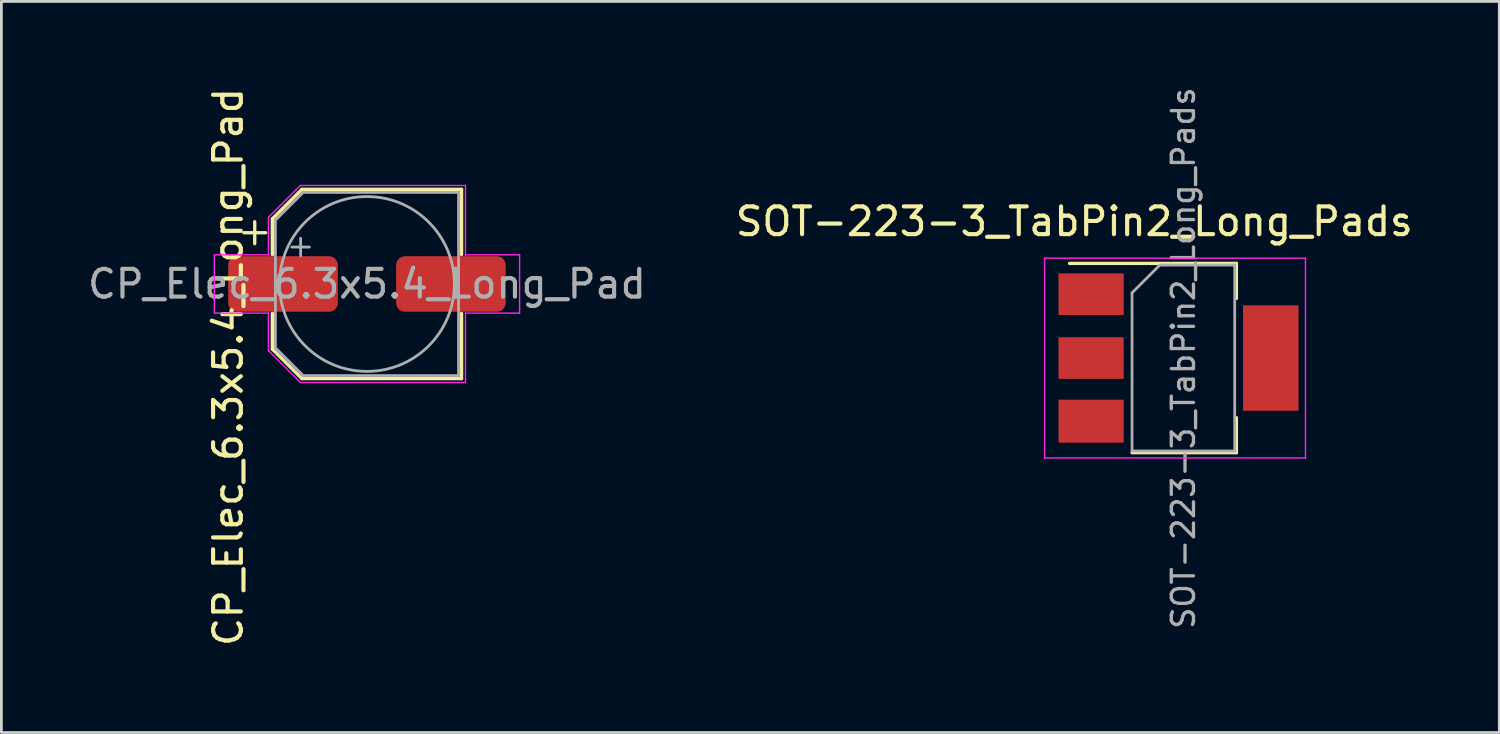
<source format=kicad_pcb>
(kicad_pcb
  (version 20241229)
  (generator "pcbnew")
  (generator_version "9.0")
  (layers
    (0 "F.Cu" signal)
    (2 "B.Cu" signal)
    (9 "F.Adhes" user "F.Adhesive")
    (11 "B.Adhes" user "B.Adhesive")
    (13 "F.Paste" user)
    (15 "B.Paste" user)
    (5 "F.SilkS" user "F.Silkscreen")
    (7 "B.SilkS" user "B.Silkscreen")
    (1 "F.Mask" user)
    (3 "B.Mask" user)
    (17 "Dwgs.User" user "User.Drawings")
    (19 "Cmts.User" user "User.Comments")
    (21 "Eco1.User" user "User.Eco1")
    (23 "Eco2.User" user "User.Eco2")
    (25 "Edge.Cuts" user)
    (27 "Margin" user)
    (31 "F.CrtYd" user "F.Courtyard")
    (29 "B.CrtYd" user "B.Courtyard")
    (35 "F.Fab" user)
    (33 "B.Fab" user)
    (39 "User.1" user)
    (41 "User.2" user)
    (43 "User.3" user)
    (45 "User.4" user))
  (footprint "CP_Elec_6.3x5.4_Long_Pad"
    (layer "F.Cu")
    (at 10.173 7.183)
    (property "Reference" "CP_Elec_6.3x5.4_Long_Pad" (at -5 2.99 90) (layer "F.SilkS") (effects (font (size 1 1) (thickness 0.15))))
    (attr smd)
    (fp_line (start -4.438 -1.847) (end -3.65 -1.847) (stroke (width 0.12) (type solid)) (layer "F.SilkS"))
    (fp_line (start -4.044 -2.241) (end -4.044 -1.454) (stroke (width 0.12) (type solid)) (layer "F.SilkS"))
    (fp_line (start -3.41 -2.346) (end -3.41 -1.06) (stroke (width 0.12) (type solid)) (layer "F.SilkS"))
    (fp_line (start -3.41 -2.346) (end -2.346 -3.41) (stroke (width 0.12) (type solid)) (layer "F.SilkS"))
    (fp_line (start -3.41 2.346) (end -3.41 1.06) (stroke (width 0.12) (type solid)) (layer "F.SilkS"))
    (fp_line (start -3.41 2.346) (end -2.346 3.41) (stroke (width 0.12) (type solid)) (layer "F.SilkS"))
    (fp_line (start -2.346 -3.41) (end 3.41 -3.41) (stroke (width 0.12) (type solid)) (layer "F.SilkS"))
    (fp_line (start -2.346 3.41) (end 3.41 3.41) (stroke (width 0.12) (type solid)) (layer "F.SilkS"))
    (fp_line (start 3.41 -3.41) (end 3.41 -1.06) (stroke (width 0.12) (type solid)) (layer "F.SilkS"))
    (fp_line (start 3.41 3.41) (end 3.41 1.06) (stroke (width 0.12) (type solid)) (layer "F.SilkS"))
    (fp_line (start -5.5 -1.05) (end -5.5 1.05) (stroke (width 0.05) (type solid)) (layer "F.CrtYd"))
    (fp_line (start -5.5 1.05) (end -3.55 1.05) (stroke (width 0.05) (type solid)) (layer "F.CrtYd"))
    (fp_line (start -3.55 -2.4) (end -3.55 -1.05) (stroke (width 0.05) (type solid)) (layer "F.CrtYd"))
    (fp_line (start -3.55 -2.4) (end -2.4 -3.55) (stroke (width 0.05) (type solid)) (layer "F.CrtYd"))
    (fp_line (start -3.55 -1.05) (end -5.5 -1.05) (stroke (width 0.05) (type solid)) (layer "F.CrtYd"))
    (fp_line (start -3.55 1.05) (end -3.55 2.4) (stroke (width 0.05) (type solid)) (layer "F.CrtYd"))
    (fp_line (start -3.55 2.4) (end -2.4 3.55) (stroke (width 0.05) (type solid)) (layer "F.CrtYd"))
    (fp_line (start -2.4 -3.55) (end 3.55 -3.55) (stroke (width 0.05) (type solid)) (layer "F.CrtYd"))
    (fp_line (start -2.4 3.55) (end 3.55 3.55) (stroke (width 0.05) (type solid)) (layer "F.CrtYd"))
    (fp_line (start 3.55 -3.55) (end 3.55 -1.05) (stroke (width 0.05) (type solid)) (layer "F.CrtYd"))
    (fp_line (start 3.55 -1.05) (end 5.5 -1.05) (stroke (width 0.05) (type solid)) (layer "F.CrtYd"))
    (fp_line (start 3.55 1.05) (end 3.55 3.55) (stroke (width 0.05) (type solid)) (layer "F.CrtYd"))
    (fp_line (start 5.5 -1.05) (end 5.5 1.05) (stroke (width 0.05) (type solid)) (layer "F.CrtYd"))
    (fp_line (start 5.5 1.05) (end 3.55 1.05) (stroke (width 0.05) (type solid)) (layer "F.CrtYd"))
    (fp_line (start -3.3 -2.3) (end -3.3 2.3) (stroke (width 0.1) (type solid)) (layer "F.Fab"))
    (fp_line (start -3.3 -2.3) (end -2.3 -3.3) (stroke (width 0.1) (type solid)) (layer "F.Fab"))
    (fp_line (start -3.3 2.3) (end -2.3 3.3) (stroke (width 0.1) (type solid)) (layer "F.Fab"))
    (fp_line (start -2.705 -1.33) (end -2.075 -1.33) (stroke (width 0.1) (type solid)) (layer "F.Fab"))
    (fp_line (start -2.39 -1.645) (end -2.39 -1.015) (stroke (width 0.1) (type solid)) (layer "F.Fab"))
    (fp_line (start -2.3 -3.3) (end 3.3 -3.3) (stroke (width 0.1) (type solid)) (layer "F.Fab"))
    (fp_line (start -2.3 3.3) (end 3.3 3.3) (stroke (width 0.1) (type solid)) (layer "F.Fab"))
    (fp_line (start 3.3 -3.3) (end 3.3 3.3) (stroke (width 0.1) (type solid)) (layer "F.Fab"))
    (fp_circle (center 0 0) (end 3.15 0) (stroke (width 0.1) (type solid)) (fill no) (layer "F.Fab"))
    (fp_text user "${REFERENCE}" (at 0 0 180) (layer "F.Fab") (effects (font (size 1 1) (thickness 0.15))))
    (pad "1" smd roundrect (at -3.025 0) (size 3.95 2) (layers "F.Cu" "F.Mask" "F.Paste") (roundrect_rratio 0.156))
    (pad "2" smd roundrect (at 3.025 0) (size 3.95 2) (layers "F.Cu" "F.Mask" "F.Paste") (roundrect_rratio 0.156)))
  (footprint "SOT-223-3_TabPin2_Long_Pads"
    (layer "F.Cu")
    (at 39.592 9.852)
    (property "Reference" "SOT-223-3_TabPin2_Long_Pads" (at -3.931 -4.92 180) (layer "F.SilkS") (effects (font (size 1 1) (thickness 0.15))))
    (attr smd)
    (fp_line (start -4.1 -3.41) (end 1.91 -3.41) (stroke (width 0.12) (type solid)) (layer "F.SilkS"))
    (fp_line (start -1.85 3.41) (end 1.91 3.41) (stroke (width 0.12) (type solid)) (layer "F.SilkS"))
    (fp_line (start 1.91 -3.41) (end 1.91 -2.15) (stroke (width 0.12) (type solid)) (layer "F.SilkS"))
    (fp_line (start 1.91 3.41) (end 1.91 2.15) (stroke (width 0.12) (type solid)) (layer "F.SilkS"))
    (fp_line (start -5 -3.6) (end -5 3.6) (stroke (width 0.05) (type solid)) (layer "F.CrtYd"))
    (fp_line (start -5 3.6) (end 4.4 3.6) (stroke (width 0.05) (type solid)) (layer "F.CrtYd"))
    (fp_line (start 4.4 -3.6) (end -5 -3.6) (stroke (width 0.05) (type solid)) (layer "F.CrtYd"))
    (fp_line (start 4.4 3.6) (end 4.4 -3.6) (stroke (width 0.05) (type solid)) (layer "F.CrtYd"))
    (fp_line (start -1.85 -2.35) (end -1.85 3.35) (stroke (width 0.1) (type solid)) (layer "F.Fab"))
    (fp_line (start -1.85 -2.35) (end -0.85 -3.35) (stroke (width 0.1) (type solid)) (layer "F.Fab"))
    (fp_line (start -1.85 3.35) (end 1.85 3.35) (stroke (width 0.1) (type solid)) (layer "F.Fab"))
    (fp_line (start -0.85 -3.35) (end 1.85 -3.35) (stroke (width 0.1) (type solid)) (layer "F.Fab"))
    (fp_line (start 1.85 -3.35) (end 1.85 3.35) (stroke (width 0.1) (type solid)) (layer "F.Fab"))
    (fp_text user "${REFERENCE}" (at 0 0 90) (layer "F.Fab") (effects (font (size 0.8 0.8) (thickness 0.12))))
    (pad "1" smd rect (at -3.325 -2.3) (size 2.35 1.5) (layers "F.Cu" "F.Mask" "F.Paste"))
    (pad "2" smd rect (at -3.325 0) (size 2.35 1.5) (layers "F.Cu" "F.Mask" "F.Paste"))
    (pad "2" smd rect (at 3.15 0) (size 2 3.8) (layers "F.Cu" "F.Mask" "F.Paste"))
    (pad "3" smd rect (at -3.325 2.275) (size 2.35 1.55) (layers "F.Cu" "F.Mask" "F.Paste")))
  (gr_rect
    (start -3 -3)
    (end 50.976 23.345)
    (stroke (width 0.1) (type default))
    (fill no)
    (layer "Edge.Cuts")))
</source>
